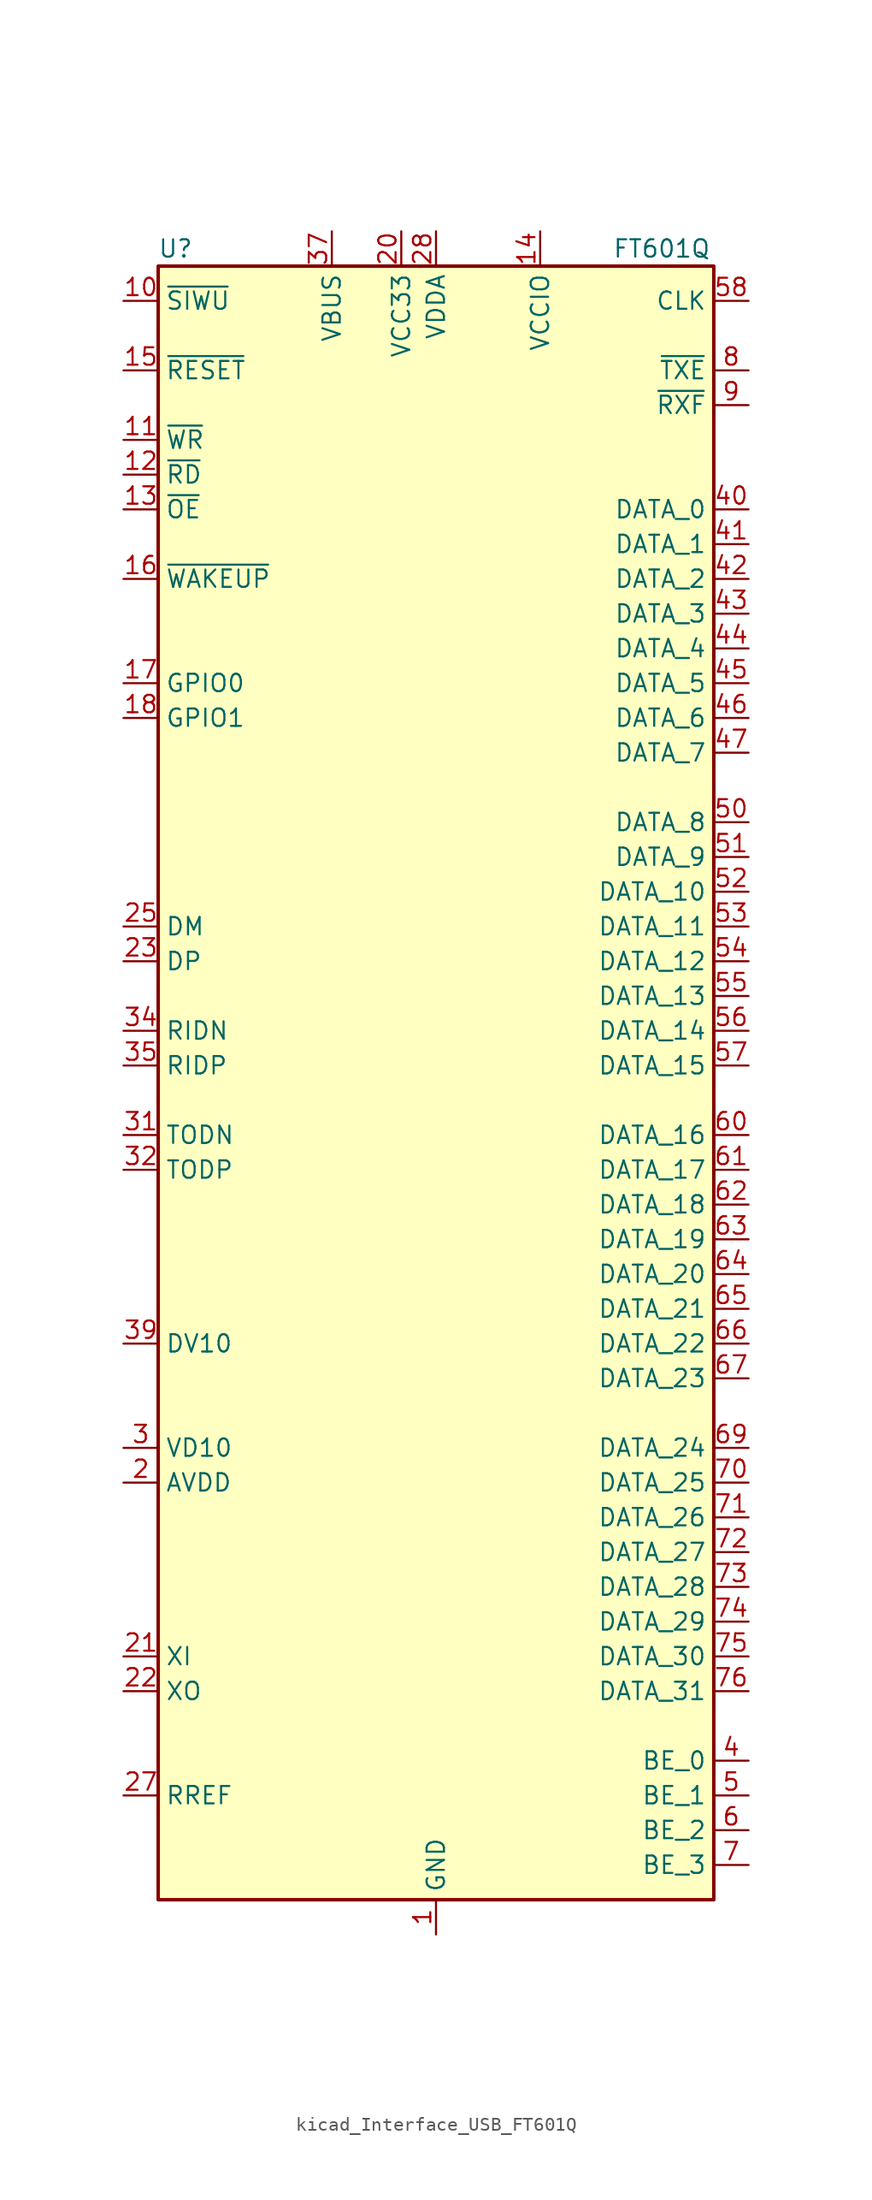
<source format=kicad_sym>
(kicad_symbol_lib
  (version 20220914)
  (generator kicad_symbol_editor)
  (symbol "kicad_Interface_USB_FT601Q"
    (property "Reference" "U"
      (at -19.05 62.23 0)
      (effects (font (size 1.27 1.27))))
    (property "Value" "FT601Q"
      (at 16.51 62.23 0)
      (effects (font (size 1.27 1.27))))
    (symbol "kicad_Interface_USB_FT601Q_0_1"
      (rectangle (start -20.32 60.96) (end 20.32 -58.42) (stroke (width 0.254) (type default)) (fill (type background))))
    (symbol "kicad_Interface_USB_FT601Q_1_1"
      (pin power_in line (at 0 -60.96 90) (length 2.54) (name "GND" (effects (font (size 1.27 1.27)))) (number "1" (effects (font (size 1.27 1.27)))))
      (pin input line (at -22.86 58.42 0) (length 2.54) (name "~{SIWU}" (effects (font (size 1.27 1.27)))) (number "10" (effects (font (size 1.27 1.27)))))
      (pin input line (at -22.86 48.26 0) (length 2.54) (name "~{WR}" (effects (font (size 1.27 1.27)))) (number "11" (effects (font (size 1.27 1.27)))))
      (pin input line (at -22.86 45.72 0) (length 2.54) (name "~{RD}" (effects (font (size 1.27 1.27)))) (number "12" (effects (font (size 1.27 1.27)))))
      (pin input line (at -22.86 43.18 0) (length 2.54) (name "~{OE}" (effects (font (size 1.27 1.27)))) (number "13" (effects (font (size 1.27 1.27)))))
      (pin power_in line (at 7.62 63.5 270) (length 2.54) (name "VCCIO" (effects (font (size 1.27 1.27)))) (number "14" (effects (font (size 1.27 1.27)))))
      (pin input line (at -22.86 53.34 0) (length 2.54) (name "~{RESET}" (effects (font (size 1.27 1.27)))) (number "15" (effects (font (size 1.27 1.27)))))
      (pin bidirectional line (at -22.86 38.1 0) (length 2.54) (name "~{WAKEUP}" (effects (font (size 1.27 1.27)))) (number "16" (effects (font (size 1.27 1.27)))))
      (pin bidirectional line (at -22.86 30.48 0) (length 2.54) (name "GPIO0" (effects (font (size 1.27 1.27)))) (number "17" (effects (font (size 1.27 1.27)))))
      (pin bidirectional line (at -22.86 27.94 0) (length 2.54) (name "GPIO1" (effects (font (size 1.27 1.27)))) (number "18" (effects (font (size 1.27 1.27)))))
      (pin no_connect line (at -20.32 -48.26 0) (length 2.54) hide (name "Reserved" (effects (font (size 1.27 1.27)))) (number "19" (effects (font (size 1.27 1.27)))))
      (pin power_in line (at -22.86 -27.94 0) (length 2.54) (name "AVDD" (effects (font (size 1.27 1.27)))) (number "2" (effects (font (size 1.27 1.27)))))
      (pin power_in line (at -2.54 63.5 270) (length 2.54) (name "VCC33" (effects (font (size 1.27 1.27)))) (number "20" (effects (font (size 1.27 1.27)))))
      (pin input line (at -22.86 -40.64 0) (length 2.54) (name "XI" (effects (font (size 1.27 1.27)))) (number "21" (effects (font (size 1.27 1.27)))))
      (pin output line (at -22.86 -43.18 0) (length 2.54) (name "XO" (effects (font (size 1.27 1.27)))) (number "22" (effects (font (size 1.27 1.27)))))
      (pin bidirectional line (at -22.86 10.16 0) (length 2.54) (name "DP" (effects (font (size 1.27 1.27)))) (number "23" (effects (font (size 1.27 1.27)))))
      (pin passive line (at -2.54 63.5 270) (length 2.54) hide (name "VCC33" (effects (font (size 1.27 1.27)))) (number "24" (effects (font (size 1.27 1.27)))))
      (pin bidirectional line (at -22.86 12.7 0) (length 2.54) (name "DM" (effects (font (size 1.27 1.27)))) (number "25" (effects (font (size 1.27 1.27)))))
      (pin passive line (at 0 -60.96 90) (length 2.54) hide (name "GND" (effects (font (size 1.27 1.27)))) (number "26" (effects (font (size 1.27 1.27)))))
      (pin input line (at -22.86 -50.8 0) (length 2.54) (name "RREF" (effects (font (size 1.27 1.27)))) (number "27" (effects (font (size 1.27 1.27)))))
      (pin power_in line (at 0 63.5 270) (length 2.54) (name "VDDA" (effects (font (size 1.27 1.27)))) (number "28" (effects (font (size 1.27 1.27)))))
      (pin passive line (at 0 -60.96 90) (length 2.54) hide (name "GND" (effects (font (size 1.27 1.27)))) (number "29" (effects (font (size 1.27 1.27)))))
      (pin power_in line (at -22.86 -25.4 0) (length 2.54) (name "VD10" (effects (font (size 1.27 1.27)))) (number "3" (effects (font (size 1.27 1.27)))))
      (pin passive line (at -22.86 -25.4 0) (length 2.54) hide (name "VD10" (effects (font (size 1.27 1.27)))) (number "30" (effects (font (size 1.27 1.27)))))
      (pin output line (at -22.86 -2.54 0) (length 2.54) (name "TODN" (effects (font (size 1.27 1.27)))) (number "31" (effects (font (size 1.27 1.27)))))
      (pin output line (at -22.86 -5.08 0) (length 2.54) (name "TODP" (effects (font (size 1.27 1.27)))) (number "32" (effects (font (size 1.27 1.27)))))
      (pin passive line (at -22.86 -25.4 0) (length 2.54) hide (name "VD10" (effects (font (size 1.27 1.27)))) (number "33" (effects (font (size 1.27 1.27)))))
      (pin input line (at -22.86 5.08 0) (length 2.54) (name "RIDN" (effects (font (size 1.27 1.27)))) (number "34" (effects (font (size 1.27 1.27)))))
      (pin input line (at -22.86 2.54 0) (length 2.54) (name "RIDP" (effects (font (size 1.27 1.27)))) (number "35" (effects (font (size 1.27 1.27)))))
      (pin passive line (at 0 -60.96 90) (length 2.54) hide (name "GND" (effects (font (size 1.27 1.27)))) (number "36" (effects (font (size 1.27 1.27)))))
      (pin power_in line (at -7.62 63.5 270) (length 2.54) (name "VBUS" (effects (font (size 1.27 1.27)))) (number "37" (effects (font (size 1.27 1.27)))))
      (pin passive line (at -2.54 63.5 270) (length 2.54) hide (name "VCC33" (effects (font (size 1.27 1.27)))) (number "38" (effects (font (size 1.27 1.27)))))
      (pin power_out line (at -22.86 -17.78 0) (length 2.54) (name "DV10" (effects (font (size 1.27 1.27)))) (number "39" (effects (font (size 1.27 1.27)))))
      (pin bidirectional line (at 22.86 -48.26 180) (length 2.54) (name "BE_0" (effects (font (size 1.27 1.27)))) (number "4" (effects (font (size 1.27 1.27)))))
      (pin bidirectional line (at 22.86 43.18 180) (length 2.54) (name "DATA_0" (effects (font (size 1.27 1.27)))) (number "40" (effects (font (size 1.27 1.27)))))
      (pin bidirectional line (at 22.86 40.64 180) (length 2.54) (name "DATA_1" (effects (font (size 1.27 1.27)))) (number "41" (effects (font (size 1.27 1.27)))))
      (pin bidirectional line (at 22.86 38.1 180) (length 2.54) (name "DATA_2" (effects (font (size 1.27 1.27)))) (number "42" (effects (font (size 1.27 1.27)))))
      (pin bidirectional line (at 22.86 35.56 180) (length 2.54) (name "DATA_3" (effects (font (size 1.27 1.27)))) (number "43" (effects (font (size 1.27 1.27)))))
      (pin bidirectional line (at 22.86 33.02 180) (length 2.54) (name "DATA_4" (effects (font (size 1.27 1.27)))) (number "44" (effects (font (size 1.27 1.27)))))
      (pin bidirectional line (at 22.86 30.48 180) (length 2.54) (name "DATA_5" (effects (font (size 1.27 1.27)))) (number "45" (effects (font (size 1.27 1.27)))))
      (pin bidirectional line (at 22.86 27.94 180) (length 2.54) (name "DATA_6" (effects (font (size 1.27 1.27)))) (number "46" (effects (font (size 1.27 1.27)))))
      (pin bidirectional line (at 22.86 25.4 180) (length 2.54) (name "DATA_7" (effects (font (size 1.27 1.27)))) (number "47" (effects (font (size 1.27 1.27)))))
      (pin passive line (at -22.86 -25.4 0) (length 2.54) hide (name "VD10" (effects (font (size 1.27 1.27)))) (number "48" (effects (font (size 1.27 1.27)))))
      (pin passive line (at 7.62 63.5 270) (length 2.54) hide (name "VCCIO" (effects (font (size 1.27 1.27)))) (number "49" (effects (font (size 1.27 1.27)))))
      (pin bidirectional line (at 22.86 -50.8 180) (length 2.54) (name "BE_1" (effects (font (size 1.27 1.27)))) (number "5" (effects (font (size 1.27 1.27)))))
      (pin bidirectional line (at 22.86 20.32 180) (length 2.54) (name "DATA_8" (effects (font (size 1.27 1.27)))) (number "50" (effects (font (size 1.27 1.27)))))
      (pin bidirectional line (at 22.86 17.78 180) (length 2.54) (name "DATA_9" (effects (font (size 1.27 1.27)))) (number "51" (effects (font (size 1.27 1.27)))))
      (pin bidirectional line (at 22.86 15.24 180) (length 2.54) (name "DATA_10" (effects (font (size 1.27 1.27)))) (number "52" (effects (font (size 1.27 1.27)))))
      (pin bidirectional line (at 22.86 12.7 180) (length 2.54) (name "DATA_11" (effects (font (size 1.27 1.27)))) (number "53" (effects (font (size 1.27 1.27)))))
      (pin bidirectional line (at 22.86 10.16 180) (length 2.54) (name "DATA_12" (effects (font (size 1.27 1.27)))) (number "54" (effects (font (size 1.27 1.27)))))
      (pin bidirectional line (at 22.86 7.62 180) (length 2.54) (name "DATA_13" (effects (font (size 1.27 1.27)))) (number "55" (effects (font (size 1.27 1.27)))))
      (pin bidirectional line (at 22.86 5.08 180) (length 2.54) (name "DATA_14" (effects (font (size 1.27 1.27)))) (number "56" (effects (font (size 1.27 1.27)))))
      (pin bidirectional line (at 22.86 2.54 180) (length 2.54) (name "DATA_15" (effects (font (size 1.27 1.27)))) (number "57" (effects (font (size 1.27 1.27)))))
      (pin output line (at 22.86 58.42 180) (length 2.54) (name "CLK" (effects (font (size 1.27 1.27)))) (number "58" (effects (font (size 1.27 1.27)))))
      (pin passive line (at 7.62 63.5 270) (length 2.54) hide (name "VCCIO" (effects (font (size 1.27 1.27)))) (number "59" (effects (font (size 1.27 1.27)))))
      (pin bidirectional line (at 22.86 -53.34 180) (length 2.54) (name "BE_2" (effects (font (size 1.27 1.27)))) (number "6" (effects (font (size 1.27 1.27)))))
      (pin bidirectional line (at 22.86 -2.54 180) (length 2.54) (name "DATA_16" (effects (font (size 1.27 1.27)))) (number "60" (effects (font (size 1.27 1.27)))))
      (pin bidirectional line (at 22.86 -5.08 180) (length 2.54) (name "DATA_17" (effects (font (size 1.27 1.27)))) (number "61" (effects (font (size 1.27 1.27)))))
      (pin bidirectional line (at 22.86 -7.62 180) (length 2.54) (name "DATA_18" (effects (font (size 1.27 1.27)))) (number "62" (effects (font (size 1.27 1.27)))))
      (pin bidirectional line (at 22.86 -10.16 180) (length 2.54) (name "DATA_19" (effects (font (size 1.27 1.27)))) (number "63" (effects (font (size 1.27 1.27)))))
      (pin bidirectional line (at 22.86 -12.7 180) (length 2.54) (name "DATA_20" (effects (font (size 1.27 1.27)))) (number "64" (effects (font (size 1.27 1.27)))))
      (pin bidirectional line (at 22.86 -15.24 180) (length 2.54) (name "DATA_21" (effects (font (size 1.27 1.27)))) (number "65" (effects (font (size 1.27 1.27)))))
      (pin bidirectional line (at 22.86 -17.78 180) (length 2.54) (name "DATA_22" (effects (font (size 1.27 1.27)))) (number "66" (effects (font (size 1.27 1.27)))))
      (pin bidirectional line (at 22.86 -20.32 180) (length 2.54) (name "DATA_23" (effects (font (size 1.27 1.27)))) (number "67" (effects (font (size 1.27 1.27)))))
      (pin passive line (at 7.62 63.5 270) (length 2.54) hide (name "VCCIO" (effects (font (size 1.27 1.27)))) (number "68" (effects (font (size 1.27 1.27)))))
      (pin bidirectional line (at 22.86 -25.4 180) (length 2.54) (name "DATA_24" (effects (font (size 1.27 1.27)))) (number "69" (effects (font (size 1.27 1.27)))))
      (pin bidirectional line (at 22.86 -55.88 180) (length 2.54) (name "BE_3" (effects (font (size 1.27 1.27)))) (number "7" (effects (font (size 1.27 1.27)))))
      (pin bidirectional line (at 22.86 -27.94 180) (length 2.54) (name "DATA_25" (effects (font (size 1.27 1.27)))) (number "70" (effects (font (size 1.27 1.27)))))
      (pin bidirectional line (at 22.86 -30.48 180) (length 2.54) (name "DATA_26" (effects (font (size 1.27 1.27)))) (number "71" (effects (font (size 1.27 1.27)))))
      (pin bidirectional line (at 22.86 -33.02 180) (length 2.54) (name "DATA_27" (effects (font (size 1.27 1.27)))) (number "72" (effects (font (size 1.27 1.27)))))
      (pin bidirectional line (at 22.86 -35.56 180) (length 2.54) (name "DATA_28" (effects (font (size 1.27 1.27)))) (number "73" (effects (font (size 1.27 1.27)))))
      (pin bidirectional line (at 22.86 -38.1 180) (length 2.54) (name "DATA_29" (effects (font (size 1.27 1.27)))) (number "74" (effects (font (size 1.27 1.27)))))
      (pin bidirectional line (at 22.86 -40.64 180) (length 2.54) (name "DATA_30" (effects (font (size 1.27 1.27)))) (number "75" (effects (font (size 1.27 1.27)))))
      (pin bidirectional line (at 22.86 -43.18 180) (length 2.54) (name "DATA_31" (effects (font (size 1.27 1.27)))) (number "76" (effects (font (size 1.27 1.27)))))
      (pin passive line (at 0 -60.96 90) (length 2.54) hide (name "GND" (effects (font (size 1.27 1.27)))) (number "77" (effects (font (size 1.27 1.27)))))
      (pin output line (at 22.86 53.34 180) (length 2.54) (name "~{TXE}" (effects (font (size 1.27 1.27)))) (number "8" (effects (font (size 1.27 1.27)))))
      (pin output line (at 22.86 50.8 180) (length 2.54) (name "~{RXF}" (effects (font (size 1.27 1.27)))) (number "9" (effects (font (size 1.27 1.27))))))))
</source>
